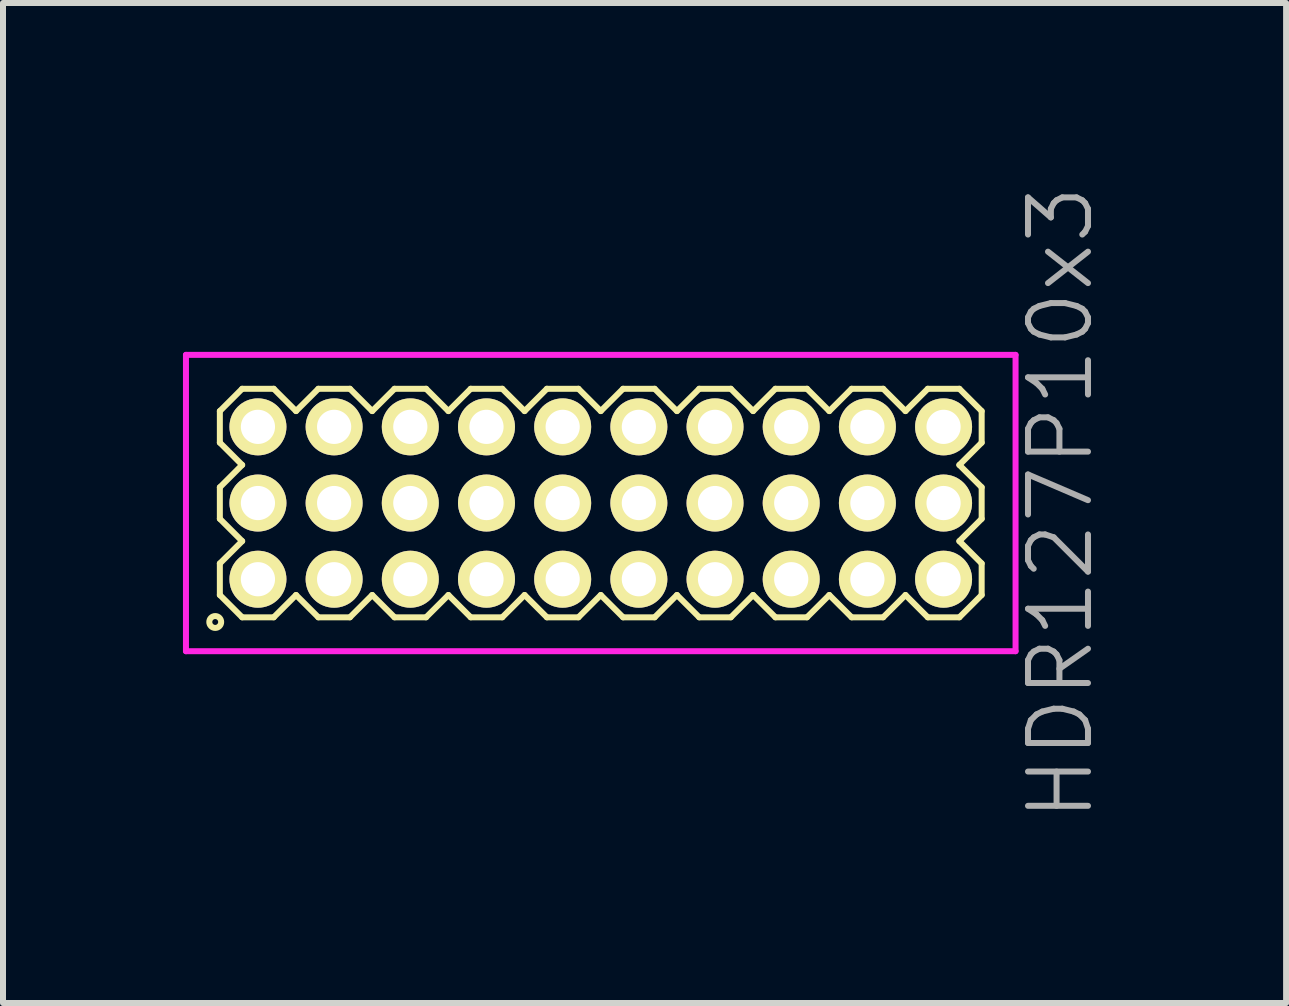
<source format=kicad_pcb>
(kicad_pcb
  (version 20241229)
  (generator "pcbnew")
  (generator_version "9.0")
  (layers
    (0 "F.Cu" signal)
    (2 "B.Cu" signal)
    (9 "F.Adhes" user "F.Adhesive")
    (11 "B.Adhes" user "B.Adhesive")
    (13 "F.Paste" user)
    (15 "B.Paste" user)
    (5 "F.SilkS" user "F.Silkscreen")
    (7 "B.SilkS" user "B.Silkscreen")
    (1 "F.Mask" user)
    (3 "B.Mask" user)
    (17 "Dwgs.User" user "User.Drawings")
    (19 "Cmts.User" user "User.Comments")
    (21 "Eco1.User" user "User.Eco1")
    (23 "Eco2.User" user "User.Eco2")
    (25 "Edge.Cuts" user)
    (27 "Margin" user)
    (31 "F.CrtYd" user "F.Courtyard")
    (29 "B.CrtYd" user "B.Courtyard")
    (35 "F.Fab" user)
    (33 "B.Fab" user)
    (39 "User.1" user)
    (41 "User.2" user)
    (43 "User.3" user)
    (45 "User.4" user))
  (footprint "HDR127P10x3"
    (layer "F.Cu")
    (at 6.965 5.336)
    (property "Reference" "HDR127P10x3" (at 7.665 0 90) (layer "F.Fab") (effects (font (size 1 1) (thickness 0.1))))
    (attr through_hole)
    (fp_line (start -6.35 -1.533) (end -5.978 -1.905) (stroke (width 0.1) (type solid)) (layer "F.SilkS"))
    (fp_line (start -6.35 -1.007) (end -6.35 -1.533) (stroke (width 0.1) (type solid)) (layer "F.SilkS"))
    (fp_line (start -6.35 -0.263) (end -5.978 -0.635) (stroke (width 0.1) (type solid)) (layer "F.SilkS"))
    (fp_line (start -6.35 0.263) (end -6.35 -0.263) (stroke (width 0.1) (type solid)) (layer "F.SilkS"))
    (fp_line (start -6.35 1.007) (end -5.978 0.635) (stroke (width 0.1) (type solid)) (layer "F.SilkS"))
    (fp_line (start -6.35 1.533) (end -6.35 1.007) (stroke (width 0.1) (type solid)) (layer "F.SilkS"))
    (fp_line (start -5.978 -1.905) (end -5.452 -1.905) (stroke (width 0.1) (type solid)) (layer "F.SilkS"))
    (fp_line (start -5.978 -0.635) (end -6.35 -1.007) (stroke (width 0.1) (type solid)) (layer "F.SilkS"))
    (fp_line (start -5.978 0.635) (end -6.35 0.263) (stroke (width 0.1) (type solid)) (layer "F.SilkS"))
    (fp_line (start -5.978 1.905) (end -6.35 1.533) (stroke (width 0.1) (type solid)) (layer "F.SilkS"))
    (fp_line (start -5.452 -1.905) (end -5.08 -1.533) (stroke (width 0.1) (type solid)) (layer "F.SilkS"))
    (fp_line (start -5.452 1.905) (end -5.978 1.905) (stroke (width 0.1) (type solid)) (layer "F.SilkS"))
    (fp_line (start -5.08 -1.533) (end -4.708 -1.905) (stroke (width 0.1) (type solid)) (layer "F.SilkS"))
    (fp_line (start -5.08 1.533) (end -5.452 1.905) (stroke (width 0.1) (type solid)) (layer "F.SilkS"))
    (fp_line (start -4.708 -1.905) (end -4.182 -1.905) (stroke (width 0.1) (type solid)) (layer "F.SilkS"))
    (fp_line (start -4.708 1.905) (end -5.08 1.533) (stroke (width 0.1) (type solid)) (layer "F.SilkS"))
    (fp_line (start -4.182 -1.905) (end -3.81 -1.533) (stroke (width 0.1) (type solid)) (layer "F.SilkS"))
    (fp_line (start -4.182 1.905) (end -4.708 1.905) (stroke (width 0.1) (type solid)) (layer "F.SilkS"))
    (fp_line (start -3.81 -1.533) (end -3.438 -1.905) (stroke (width 0.1) (type solid)) (layer "F.SilkS"))
    (fp_line (start -3.81 1.533) (end -4.182 1.905) (stroke (width 0.1) (type solid)) (layer "F.SilkS"))
    (fp_line (start -3.438 -1.905) (end -2.912 -1.905) (stroke (width 0.1) (type solid)) (layer "F.SilkS"))
    (fp_line (start -3.438 1.905) (end -3.81 1.533) (stroke (width 0.1) (type solid)) (layer "F.SilkS"))
    (fp_line (start -2.912 -1.905) (end -2.54 -1.533) (stroke (width 0.1) (type solid)) (layer "F.SilkS"))
    (fp_line (start -2.912 1.905) (end -3.438 1.905) (stroke (width 0.1) (type solid)) (layer "F.SilkS"))
    (fp_line (start -2.54 -1.533) (end -2.168 -1.905) (stroke (width 0.1) (type solid)) (layer "F.SilkS"))
    (fp_line (start -2.54 1.533) (end -2.912 1.905) (stroke (width 0.1) (type solid)) (layer "F.SilkS"))
    (fp_line (start -2.168 -1.905) (end -1.642 -1.905) (stroke (width 0.1) (type solid)) (layer "F.SilkS"))
    (fp_line (start -2.168 1.905) (end -2.54 1.533) (stroke (width 0.1) (type solid)) (layer "F.SilkS"))
    (fp_line (start -1.642 -1.905) (end -1.27 -1.533) (stroke (width 0.1) (type solid)) (layer "F.SilkS"))
    (fp_line (start -1.642 1.905) (end -2.168 1.905) (stroke (width 0.1) (type solid)) (layer "F.SilkS"))
    (fp_line (start -1.27 -1.533) (end -0.898 -1.905) (stroke (width 0.1) (type solid)) (layer "F.SilkS"))
    (fp_line (start -1.27 1.533) (end -1.642 1.905) (stroke (width 0.1) (type solid)) (layer "F.SilkS"))
    (fp_line (start -0.898 -1.905) (end -0.372 -1.905) (stroke (width 0.1) (type solid)) (layer "F.SilkS"))
    (fp_line (start -0.898 1.905) (end -1.27 1.533) (stroke (width 0.1) (type solid)) (layer "F.SilkS"))
    (fp_line (start -0.372 -1.905) (end 0 -1.533) (stroke (width 0.1) (type solid)) (layer "F.SilkS"))
    (fp_line (start -0.372 1.905) (end -0.898 1.905) (stroke (width 0.1) (type solid)) (layer "F.SilkS"))
    (fp_line (start 0 -1.533) (end 0.372 -1.905) (stroke (width 0.1) (type solid)) (layer "F.SilkS"))
    (fp_line (start 0 1.533) (end -0.372 1.905) (stroke (width 0.1) (type solid)) (layer "F.SilkS"))
    (fp_line (start 0.372 -1.905) (end 0.898 -1.905) (stroke (width 0.1) (type solid)) (layer "F.SilkS"))
    (fp_line (start 0.372 1.905) (end 0 1.533) (stroke (width 0.1) (type solid)) (layer "F.SilkS"))
    (fp_line (start 0.898 -1.905) (end 1.27 -1.533) (stroke (width 0.1) (type solid)) (layer "F.SilkS"))
    (fp_line (start 0.898 1.905) (end 0.372 1.905) (stroke (width 0.1) (type solid)) (layer "F.SilkS"))
    (fp_line (start 1.27 -1.533) (end 1.642 -1.905) (stroke (width 0.1) (type solid)) (layer "F.SilkS"))
    (fp_line (start 1.27 1.533) (end 0.898 1.905) (stroke (width 0.1) (type solid)) (layer "F.SilkS"))
    (fp_line (start 1.642 -1.905) (end 2.168 -1.905) (stroke (width 0.1) (type solid)) (layer "F.SilkS"))
    (fp_line (start 1.642 1.905) (end 1.27 1.533) (stroke (width 0.1) (type solid)) (layer "F.SilkS"))
    (fp_line (start 2.168 -1.905) (end 2.54 -1.533) (stroke (width 0.1) (type solid)) (layer "F.SilkS"))
    (fp_line (start 2.168 1.905) (end 1.642 1.905) (stroke (width 0.1) (type solid)) (layer "F.SilkS"))
    (fp_line (start 2.54 -1.533) (end 2.912 -1.905) (stroke (width 0.1) (type solid)) (layer "F.SilkS"))
    (fp_line (start 2.54 1.533) (end 2.168 1.905) (stroke (width 0.1) (type solid)) (layer "F.SilkS"))
    (fp_line (start 2.912 -1.905) (end 3.438 -1.905) (stroke (width 0.1) (type solid)) (layer "F.SilkS"))
    (fp_line (start 2.912 1.905) (end 2.54 1.533) (stroke (width 0.1) (type solid)) (layer "F.SilkS"))
    (fp_line (start 3.438 -1.905) (end 3.81 -1.533) (stroke (width 0.1) (type solid)) (layer "F.SilkS"))
    (fp_line (start 3.438 1.905) (end 2.912 1.905) (stroke (width 0.1) (type solid)) (layer "F.SilkS"))
    (fp_line (start 3.81 -1.533) (end 4.182 -1.905) (stroke (width 0.1) (type solid)) (layer "F.SilkS"))
    (fp_line (start 3.81 1.533) (end 3.438 1.905) (stroke (width 0.1) (type solid)) (layer "F.SilkS"))
    (fp_line (start 4.182 -1.905) (end 4.708 -1.905) (stroke (width 0.1) (type solid)) (layer "F.SilkS"))
    (fp_line (start 4.182 1.905) (end 3.81 1.533) (stroke (width 0.1) (type solid)) (layer "F.SilkS"))
    (fp_line (start 4.708 -1.905) (end 5.08 -1.533) (stroke (width 0.1) (type solid)) (layer "F.SilkS"))
    (fp_line (start 4.708 1.905) (end 4.182 1.905) (stroke (width 0.1) (type solid)) (layer "F.SilkS"))
    (fp_line (start 5.08 -1.533) (end 5.452 -1.905) (stroke (width 0.1) (type solid)) (layer "F.SilkS"))
    (fp_line (start 5.08 1.533) (end 4.708 1.905) (stroke (width 0.1) (type solid)) (layer "F.SilkS"))
    (fp_line (start 5.452 -1.905) (end 5.978 -1.905) (stroke (width 0.1) (type solid)) (layer "F.SilkS"))
    (fp_line (start 5.452 1.905) (end 5.08 1.533) (stroke (width 0.1) (type solid)) (layer "F.SilkS"))
    (fp_line (start 5.978 -1.905) (end 6.35 -1.533) (stroke (width 0.1) (type solid)) (layer "F.SilkS"))
    (fp_line (start 5.978 -0.635) (end 6.35 -0.263) (stroke (width 0.1) (type solid)) (layer "F.SilkS"))
    (fp_line (start 5.978 0.635) (end 6.35 1.007) (stroke (width 0.1) (type solid)) (layer "F.SilkS"))
    (fp_line (start 5.978 1.905) (end 5.452 1.905) (stroke (width 0.1) (type solid)) (layer "F.SilkS"))
    (fp_line (start 6.35 -1.533) (end 6.35 -1.007) (stroke (width 0.1) (type solid)) (layer "F.SilkS"))
    (fp_line (start 6.35 -1.007) (end 5.978 -0.635) (stroke (width 0.1) (type solid)) (layer "F.SilkS"))
    (fp_line (start 6.35 -0.263) (end 6.35 0.263) (stroke (width 0.1) (type solid)) (layer "F.SilkS"))
    (fp_line (start 6.35 0.263) (end 5.978 0.635) (stroke (width 0.1) (type solid)) (layer "F.SilkS"))
    (fp_line (start 6.35 1.007) (end 6.35 1.533) (stroke (width 0.1) (type solid)) (layer "F.SilkS"))
    (fp_line (start 6.35 1.533) (end 5.978 1.905) (stroke (width 0.1) (type solid)) (layer "F.SilkS"))
    (fp_circle (center -6.427 1.983) (end -6.328 1.983) (stroke (width 0.1) (type solid)) (fill no) (layer "F.SilkS"))
    (fp_line (start -6.915 -2.47) (end -6.915 2.47) (stroke (width 0.1) (type solid)) (layer "F.CrtYd"))
    (fp_line (start -6.915 2.47) (end 6.915 2.47) (stroke (width 0.1) (type solid)) (layer "F.CrtYd"))
    (fp_line (start 6.915 -2.47) (end -6.915 -2.47) (stroke (width 0.1) (type solid)) (layer "F.CrtYd"))
    (fp_line (start 6.915 2.47) (end 6.915 -2.47) (stroke (width 0.1) (type solid)) (layer "F.CrtYd"))
    (pad "1" thru_hole oval (at -5.715 1.27) (size 0.95 0.95) (drill 0.57) (layers "*.Cu" "*.Mask" "F.SilkS"))
    (pad "2" thru_hole oval (at -5.715 0) (size 0.95 0.95) (drill 0.57) (layers "*.Cu" "*.Mask" "F.SilkS"))
    (pad "3" thru_hole oval (at -5.715 -1.27) (size 0.95 0.95) (drill 0.57) (layers "*.Cu" "*.Mask" "F.SilkS"))
    (pad "4" thru_hole oval (at -4.445 1.27) (size 0.95 0.95) (drill 0.57) (layers "*.Cu" "*.Mask" "F.SilkS"))
    (pad "5" thru_hole oval (at -4.445 0) (size 0.95 0.95) (drill 0.57) (layers "*.Cu" "*.Mask" "F.SilkS"))
    (pad "6" thru_hole oval (at -4.445 -1.27) (size 0.95 0.95) (drill 0.57) (layers "*.Cu" "*.Mask" "F.SilkS"))
    (pad "7" thru_hole oval (at -3.175 1.27) (size 0.95 0.95) (drill 0.57) (layers "*.Cu" "*.Mask" "F.SilkS"))
    (pad "8" thru_hole oval (at -3.175 0) (size 0.95 0.95) (drill 0.57) (layers "*.Cu" "*.Mask" "F.SilkS"))
    (pad "9" thru_hole oval (at -3.175 -1.27) (size 0.95 0.95) (drill 0.57) (layers "*.Cu" "*.Mask" "F.SilkS"))
    (pad "10" thru_hole oval (at -1.905 1.27) (size 0.95 0.95) (drill 0.57) (layers "*.Cu" "*.Mask" "F.SilkS"))
    (pad "11" thru_hole oval (at -1.905 0) (size 0.95 0.95) (drill 0.57) (layers "*.Cu" "*.Mask" "F.SilkS"))
    (pad "12" thru_hole oval (at -1.905 -1.27) (size 0.95 0.95) (drill 0.57) (layers "*.Cu" "*.Mask" "F.SilkS"))
    (pad "13" thru_hole oval (at -0.635 1.27) (size 0.95 0.95) (drill 0.57) (layers "*.Cu" "*.Mask" "F.SilkS"))
    (pad "14" thru_hole oval (at -0.635 0) (size 0.95 0.95) (drill 0.57) (layers "*.Cu" "*.Mask" "F.SilkS"))
    (pad "15" thru_hole oval (at -0.635 -1.27) (size 0.95 0.95) (drill 0.57) (layers "*.Cu" "*.Mask" "F.SilkS"))
    (pad "16" thru_hole oval (at 0.635 1.27) (size 0.95 0.95) (drill 0.57) (layers "*.Cu" "*.Mask" "F.SilkS"))
    (pad "17" thru_hole oval (at 0.635 0) (size 0.95 0.95) (drill 0.57) (layers "*.Cu" "*.Mask" "F.SilkS"))
    (pad "18" thru_hole oval (at 0.635 -1.27) (size 0.95 0.95) (drill 0.57) (layers "*.Cu" "*.Mask" "F.SilkS"))
    (pad "19" thru_hole oval (at 1.905 1.27) (size 0.95 0.95) (drill 0.57) (layers "*.Cu" "*.Mask" "F.SilkS"))
    (pad "20" thru_hole oval (at 1.905 0) (size 0.95 0.95) (drill 0.57) (layers "*.Cu" "*.Mask" "F.SilkS"))
    (pad "21" thru_hole oval (at 1.905 -1.27) (size 0.95 0.95) (drill 0.57) (layers "*.Cu" "*.Mask" "F.SilkS"))
    (pad "22" thru_hole oval (at 3.175 1.27) (size 0.95 0.95) (drill 0.57) (layers "*.Cu" "*.Mask" "F.SilkS"))
    (pad "23" thru_hole oval (at 3.175 0) (size 0.95 0.95) (drill 0.57) (layers "*.Cu" "*.Mask" "F.SilkS"))
    (pad "24" thru_hole oval (at 3.175 -1.27) (size 0.95 0.95) (drill 0.57) (layers "*.Cu" "*.Mask" "F.SilkS"))
    (pad "25" thru_hole oval (at 4.445 1.27) (size 0.95 0.95) (drill 0.57) (layers "*.Cu" "*.Mask" "F.SilkS"))
    (pad "26" thru_hole oval (at 4.445 0) (size 0.95 0.95) (drill 0.57) (layers "*.Cu" "*.Mask" "F.SilkS"))
    (pad "27" thru_hole oval (at 4.445 -1.27) (size 0.95 0.95) (drill 0.57) (layers "*.Cu" "*.Mask" "F.SilkS"))
    (pad "28" thru_hole oval (at 5.715 1.27) (size 0.95 0.95) (drill 0.57) (layers "*.Cu" "*.Mask" "F.SilkS"))
    (pad "29" thru_hole oval (at 5.715 0) (size 0.95 0.95) (drill 0.57) (layers "*.Cu" "*.Mask" "F.SilkS"))
    (pad "30" thru_hole oval (at 5.715 -1.27) (size 0.95 0.95) (drill 0.57) (layers "*.Cu" "*.Mask" "F.SilkS")))
  (gr_rect
    (start -3 -3)
    (end 18.39 13.671)
    (stroke (width 0.1) (type default))
    (fill no)
    (layer "Edge.Cuts")))
</source>
